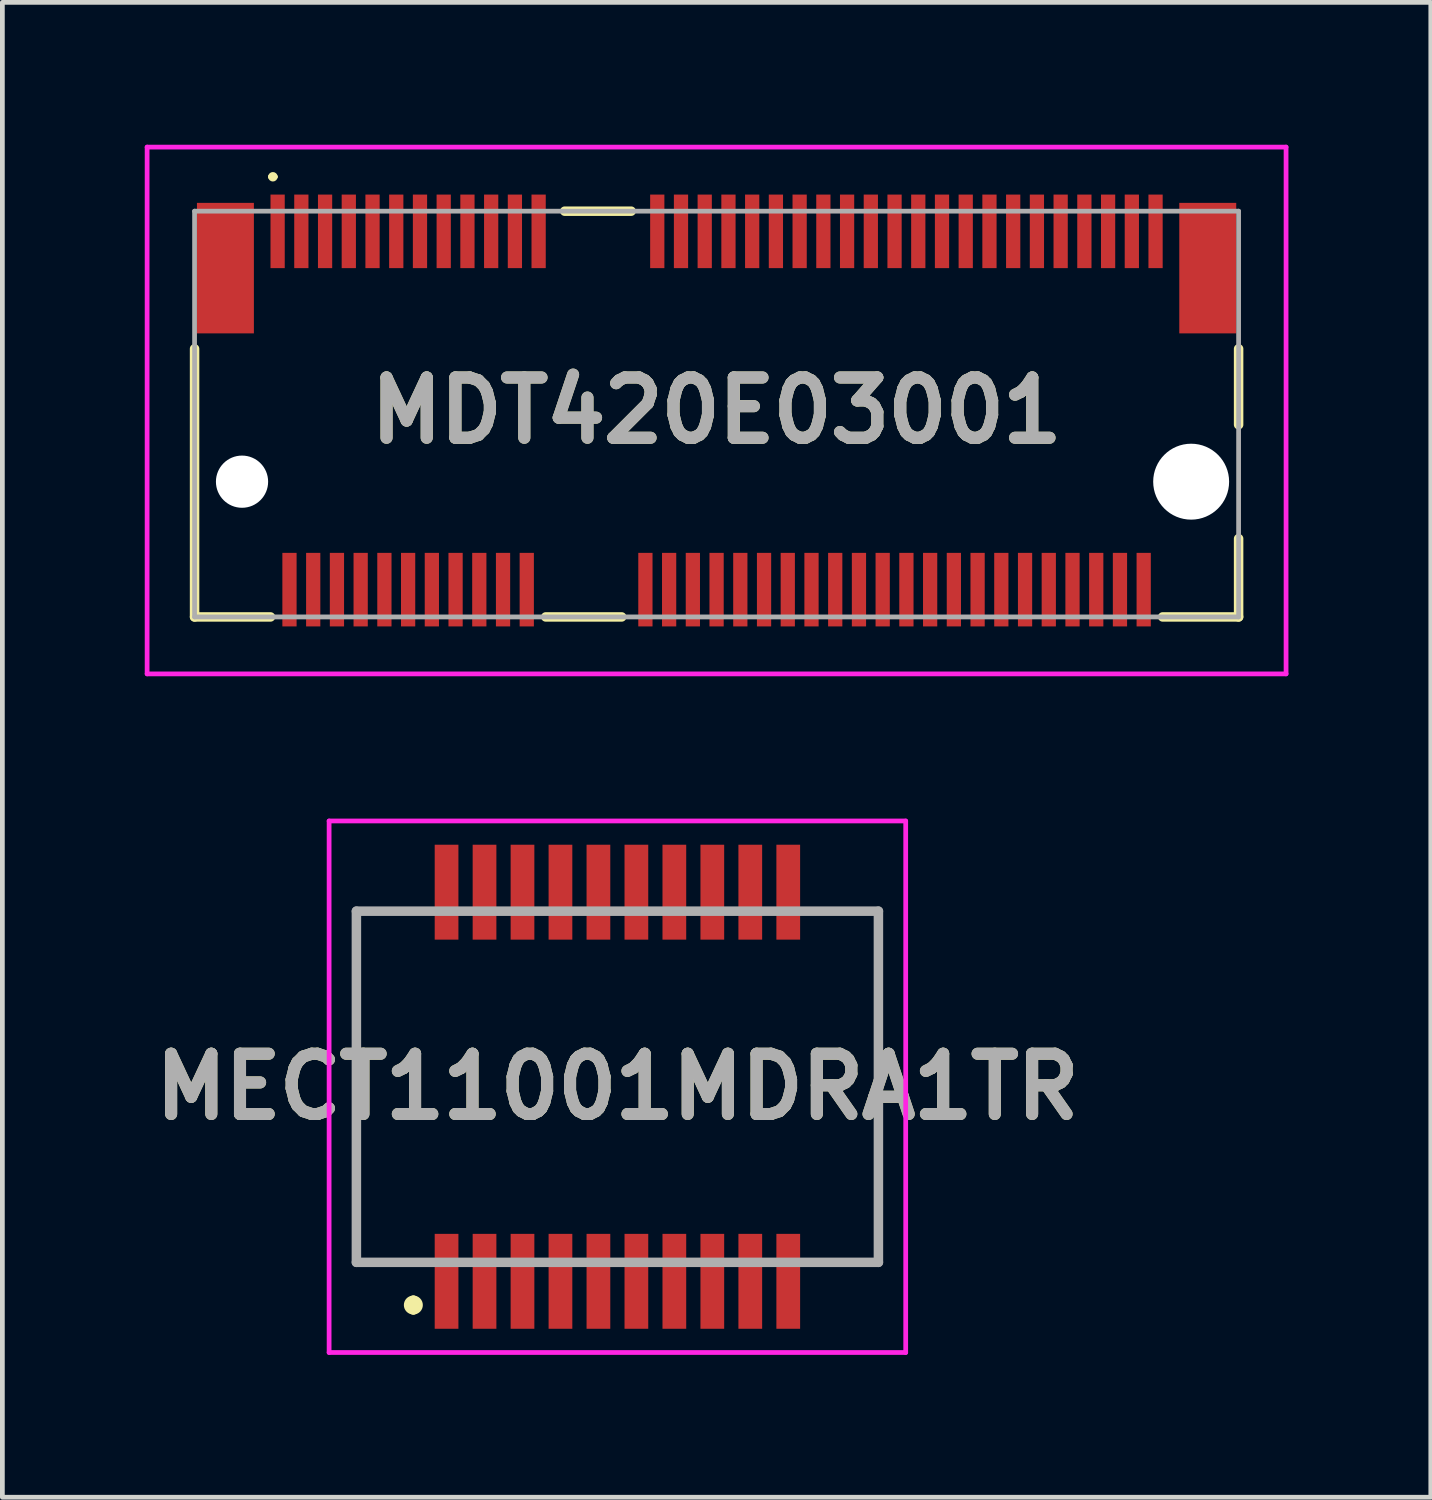
<source format=kicad_pcb>
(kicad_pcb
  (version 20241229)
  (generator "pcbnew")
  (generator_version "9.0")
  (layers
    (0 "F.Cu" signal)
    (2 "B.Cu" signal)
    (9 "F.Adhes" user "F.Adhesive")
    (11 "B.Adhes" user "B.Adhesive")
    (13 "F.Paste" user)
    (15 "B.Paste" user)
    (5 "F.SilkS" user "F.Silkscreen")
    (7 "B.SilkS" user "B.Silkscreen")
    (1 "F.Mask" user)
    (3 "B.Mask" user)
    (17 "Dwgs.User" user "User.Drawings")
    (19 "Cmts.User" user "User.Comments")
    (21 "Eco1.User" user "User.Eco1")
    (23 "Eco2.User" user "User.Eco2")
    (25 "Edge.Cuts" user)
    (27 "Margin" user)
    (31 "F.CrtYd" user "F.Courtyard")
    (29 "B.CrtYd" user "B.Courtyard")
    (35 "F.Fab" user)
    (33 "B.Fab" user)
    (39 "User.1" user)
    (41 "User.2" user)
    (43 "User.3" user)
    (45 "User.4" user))
  (footprint "MECT11001MDRA1TR"
    (layer "F.Cu")
    (at 9.96 19.85)
    (property "Reference" "MECT11001MDRA1TR" (at 0 0 0) (layer "F.SilkS") (effects (font (size 1.27 1.27) (thickness 0.254))))
    (attr through_hole)
    (fp_line (start -5.5 -3.7) (end -5.5 -1) (stroke (width 0.1) (type solid)) (layer "F.SilkS"))
    (fp_line (start -5.5 3.7) (end -5.5 1) (stroke (width 0.1) (type solid)) (layer "F.SilkS"))
    (fp_line (start -4.5 -3.7) (end -5.5 -3.7) (stroke (width 0.1) (type solid)) (layer "F.SilkS"))
    (fp_line (start -4.5 3.7) (end -5.5 3.7) (stroke (width 0.1) (type solid)) (layer "F.SilkS"))
    (fp_line (start -4.3 4.5) (end -4.3 4.5) (stroke (width 0.2) (type solid)) (layer "F.SilkS"))
    (fp_line (start -4.3 4.7) (end -4.3 4.7) (stroke (width 0.2) (type solid)) (layer "F.SilkS"))
    (fp_line (start 4.5 -3.7) (end 5.5 -3.7) (stroke (width 0.1) (type solid)) (layer "F.SilkS"))
    (fp_line (start 4.5 3.7) (end 5.5 3.7) (stroke (width 0.1) (type solid)) (layer "F.SilkS"))
    (fp_line (start 5.5 -3.7) (end 5.5 -1) (stroke (width 0.1) (type solid)) (layer "F.SilkS"))
    (fp_line (start 5.5 3.7) (end 5.5 1) (stroke (width 0.1) (type solid)) (layer "F.SilkS"))
    (fp_arc (start -4.3 4.5) (mid -4.2 4.6) (end -4.3 4.7) (stroke (width 0.2) (type solid)) (layer "F.SilkS"))
    (fp_arc (start -4.3 4.7) (mid -4.4 4.6) (end -4.3 4.5) (stroke (width 0.2) (type solid)) (layer "F.SilkS"))
    (fp_line (start -6.075 -5.6) (end 6.075 -5.6) (stroke (width 0.1) (type solid)) (layer "F.CrtYd"))
    (fp_line (start -6.075 5.6) (end -6.075 -5.6) (stroke (width 0.1) (type solid)) (layer "F.CrtYd"))
    (fp_line (start 6.075 -5.6) (end 6.075 5.6) (stroke (width 0.1) (type solid)) (layer "F.CrtYd"))
    (fp_line (start 6.075 5.6) (end -6.075 5.6) (stroke (width 0.1) (type solid)) (layer "F.CrtYd"))
    (fp_line (start -5.5 -3.7) (end 5.5 -3.7) (stroke (width 0.2) (type solid)) (layer "F.Fab"))
    (fp_line (start -5.5 3.7) (end -5.5 -3.7) (stroke (width 0.2) (type solid)) (layer "F.Fab"))
    (fp_line (start 5.5 -3.7) (end 5.5 3.7) (stroke (width 0.2) (type solid)) (layer "F.Fab"))
    (fp_line (start 5.5 3.7) (end -5.5 3.7) (stroke (width 0.2) (type solid)) (layer "F.Fab"))
    (fp_text user "${REFERENCE}" (at 0 0 0) (layer "F.Fab") (effects (font (size 1.27 1.27) (thickness 0.254))))
    (pad "" np_thru_hole circle (at -4.8 0) (size 0.001 0.001) (drill 1.55) (layers "*.Cu" "*.Mask"))
    (pad "" np_thru_hole circle (at 4.8 0) (size 0.001 0.001) (drill 1.55) (layers "*.Cu" "*.Mask"))
    (pad "1" smd rect (at -3.6 4.1) (size 0.5 2) (layers "F.Cu" "F.Mask" "F.Paste"))
    (pad "2" smd rect (at -2.8 4.1) (size 0.5 2) (layers "F.Cu" "F.Mask" "F.Paste"))
    (pad "3" smd rect (at -2 4.1) (size 0.5 2) (layers "F.Cu" "F.Mask" "F.Paste"))
    (pad "4" smd rect (at -1.2 4.1) (size 0.5 2) (layers "F.Cu" "F.Mask" "F.Paste"))
    (pad "5" smd rect (at -0.4 4.1) (size 0.5 2) (layers "F.Cu" "F.Mask" "F.Paste"))
    (pad "6" smd rect (at 0.4 4.1) (size 0.5 2) (layers "F.Cu" "F.Mask" "F.Paste"))
    (pad "7" smd rect (at 1.2 4.1) (size 0.5 2) (layers "F.Cu" "F.Mask" "F.Paste"))
    (pad "8" smd rect (at 2 4.1) (size 0.5 2) (layers "F.Cu" "F.Mask" "F.Paste"))
    (pad "9" smd rect (at 2.8 4.1) (size 0.5 2) (layers "F.Cu" "F.Mask" "F.Paste"))
    (pad "10" smd rect (at 3.6 4.1) (size 0.5 2) (layers "F.Cu" "F.Mask" "F.Paste"))
    (pad "11" smd rect (at 3.6 -4.1) (size 0.5 2) (layers "F.Cu" "F.Mask" "F.Paste"))
    (pad "12" smd rect (at 2.8 -4.1) (size 0.5 2) (layers "F.Cu" "F.Mask" "F.Paste"))
    (pad "13" smd rect (at 2 -4.1) (size 0.5 2) (layers "F.Cu" "F.Mask" "F.Paste"))
    (pad "14" smd rect (at 1.2 -4.1) (size 0.5 2) (layers "F.Cu" "F.Mask" "F.Paste"))
    (pad "15" smd rect (at 0.4 -4.1) (size 0.5 2) (layers "F.Cu" "F.Mask" "F.Paste"))
    (pad "16" smd rect (at -0.4 -4.1) (size 0.5 2) (layers "F.Cu" "F.Mask" "F.Paste"))
    (pad "17" smd rect (at -1.2 -4.1) (size 0.5 2) (layers "F.Cu" "F.Mask" "F.Paste"))
    (pad "18" smd rect (at -2 -4.1) (size 0.5 2) (layers "F.Cu" "F.Mask" "F.Paste"))
    (pad "19" smd rect (at -2.8 -4.1) (size 0.5 2) (layers "F.Cu" "F.Mask" "F.Paste"))
    (pad "20" smd rect (at -3.6 -4.1) (size 0.5 2) (layers "F.Cu" "F.Mask" "F.Paste")))
  (footprint "MDT420E03001"
    (layer "F.Cu")
    (at 2.8 1.825)
    (property "Reference" "MDT420E03001" (at 9.25 3.775 0) (layer "F.SilkS") (effects (font (size 1.27 1.27) (thickness 0.254))))
    (attr through_hole)
    (fp_line (start -1.75 8.125) (end -1.75 2.475) (stroke (width 0.2) (type solid)) (layer "F.SilkS"))
    (fp_line (start -0.15 -1.15) (end -0.15 -1.15) (stroke (width 0.1) (type solid)) (layer "F.SilkS"))
    (fp_line (start -0.15 8.125) (end -1.75 8.125) (stroke (width 0.2) (type solid)) (layer "F.SilkS"))
    (fp_line (start -0.05 -1.15) (end -0.05 -1.15) (stroke (width 0.1) (type solid)) (layer "F.SilkS"))
    (fp_line (start 7.25 8.125) (end 5.65 8.125) (stroke (width 0.2) (type solid)) (layer "F.SilkS"))
    (fp_line (start 7.45 -0.425) (end 6.05 -0.425) (stroke (width 0.2) (type solid)) (layer "F.SilkS"))
    (fp_line (start 18.65 8.125) (end 20.25 8.125) (stroke (width 0.2) (type solid)) (layer "F.SilkS"))
    (fp_line (start 20.25 2.475) (end 20.25 4.075) (stroke (width 0.2) (type solid)) (layer "F.SilkS"))
    (fp_line (start 20.25 8.125) (end 20.25 6.475) (stroke (width 0.2) (type solid)) (layer "F.SilkS"))
    (fp_arc (start -0.15 -1.15) (mid -0.1 -1.2) (end -0.05 -1.15) (stroke (width 0.1) (type solid)) (layer "F.SilkS"))
    (fp_arc (start -0.05 -1.15) (mid -0.1 -1.1) (end -0.15 -1.15) (stroke (width 0.1) (type solid)) (layer "F.SilkS"))
    (fp_line (start -2.75 -1.775) (end 21.25 -1.775) (stroke (width 0.1) (type solid)) (layer "F.CrtYd"))
    (fp_line (start -2.75 9.325) (end -2.75 -1.775) (stroke (width 0.1) (type solid)) (layer "F.CrtYd"))
    (fp_line (start 21.25 -1.775) (end 21.25 9.325) (stroke (width 0.1) (type solid)) (layer "F.CrtYd"))
    (fp_line (start 21.25 9.325) (end -2.75 9.325) (stroke (width 0.1) (type solid)) (layer "F.CrtYd"))
    (fp_line (start -1.75 -0.425) (end 20.25 -0.425) (stroke (width 0.1) (type solid)) (layer "F.Fab"))
    (fp_line (start -1.75 8.125) (end -1.75 -0.425) (stroke (width 0.1) (type solid)) (layer "F.Fab"))
    (fp_line (start 20.25 -0.425) (end 20.25 8.125) (stroke (width 0.1) (type solid)) (layer "F.Fab"))
    (fp_line (start 20.25 8.125) (end -1.75 8.125) (stroke (width 0.1) (type solid)) (layer "F.Fab"))
    (fp_text user "${REFERENCE}" (at 9.25 3.775 0) (layer "F.Fab") (effects (font (size 1.27 1.27) (thickness 0.254))))
    (pad "" np_thru_hole circle (at -0.75 5.275) (size 1.1 1.1) (drill 1.1) (layers "*.Cu" "*.Mask"))
    (pad "" np_thru_hole circle (at 19.25 5.275) (size 1.6 1.6) (drill 1.6) (layers "*.Cu" "*.Mask"))
    (pad "1" smd rect (at 0 0) (size 0.3 1.55) (layers "F.Cu" "F.Mask" "F.Paste"))
    (pad "2" smd rect (at 0.25 7.55) (size 0.3 1.55) (layers "F.Cu" "F.Mask" "F.Paste"))
    (pad "3" smd rect (at 0.5 0) (size 0.3 1.55) (layers "F.Cu" "F.Mask" "F.Paste"))
    (pad "4" smd rect (at 0.75 7.55) (size 0.3 1.55) (layers "F.Cu" "F.Mask" "F.Paste"))
    (pad "5" smd rect (at 1 0) (size 0.3 1.55) (layers "F.Cu" "F.Mask" "F.Paste"))
    (pad "6" smd rect (at 1.25 7.55) (size 0.3 1.55) (layers "F.Cu" "F.Mask" "F.Paste"))
    (pad "7" smd rect (at 1.5 0) (size 0.3 1.55) (layers "F.Cu" "F.Mask" "F.Paste"))
    (pad "8" smd rect (at 1.75 7.55) (size 0.3 1.55) (layers "F.Cu" "F.Mask" "F.Paste"))
    (pad "9" smd rect (at 2 0) (size 0.3 1.55) (layers "F.Cu" "F.Mask" "F.Paste"))
    (pad "10" smd rect (at 2.25 7.55) (size 0.3 1.55) (layers "F.Cu" "F.Mask" "F.Paste"))
    (pad "11" smd rect (at 2.5 0) (size 0.3 1.55) (layers "F.Cu" "F.Mask" "F.Paste"))
    (pad "12" smd rect (at 2.75 7.55) (size 0.3 1.55) (layers "F.Cu" "F.Mask" "F.Paste"))
    (pad "13" smd rect (at 3 0) (size 0.3 1.55) (layers "F.Cu" "F.Mask" "F.Paste"))
    (pad "14" smd rect (at 3.25 7.55) (size 0.3 1.55) (layers "F.Cu" "F.Mask" "F.Paste"))
    (pad "15" smd rect (at 3.5 0) (size 0.3 1.55) (layers "F.Cu" "F.Mask" "F.Paste"))
    (pad "16" smd rect (at 3.75 7.55) (size 0.3 1.55) (layers "F.Cu" "F.Mask" "F.Paste"))
    (pad "17" smd rect (at 4 0) (size 0.3 1.55) (layers "F.Cu" "F.Mask" "F.Paste"))
    (pad "18" smd rect (at 4.25 7.55) (size 0.3 1.55) (layers "F.Cu" "F.Mask" "F.Paste"))
    (pad "19" smd rect (at 4.5 0) (size 0.3 1.55) (layers "F.Cu" "F.Mask" "F.Paste"))
    (pad "20" smd rect (at 4.75 7.55) (size 0.3 1.55) (layers "F.Cu" "F.Mask" "F.Paste"))
    (pad "21" smd rect (at 5 0) (size 0.3 1.55) (layers "F.Cu" "F.Mask" "F.Paste"))
    (pad "22" smd rect (at 5.25 7.55) (size 0.3 1.55) (layers "F.Cu" "F.Mask" "F.Paste"))
    (pad "23" smd rect (at 5.5 0) (size 0.3 1.55) (layers "F.Cu" "F.Mask" "F.Paste"))
    (pad "32" smd rect (at 7.75 7.55) (size 0.3 1.55) (layers "F.Cu" "F.Mask" "F.Paste"))
    (pad "33" smd rect (at 8 0) (size 0.3 1.55) (layers "F.Cu" "F.Mask" "F.Paste"))
    (pad "34" smd rect (at 8.25 7.55) (size 0.3 1.55) (layers "F.Cu" "F.Mask" "F.Paste"))
    (pad "35" smd rect (at 8.5 0) (size 0.3 1.55) (layers "F.Cu" "F.Mask" "F.Paste"))
    (pad "36" smd rect (at 8.75 7.55) (size 0.3 1.55) (layers "F.Cu" "F.Mask" "F.Paste"))
    (pad "37" smd rect (at 9 0) (size 0.3 1.55) (layers "F.Cu" "F.Mask" "F.Paste"))
    (pad "38" smd rect (at 9.25 7.55) (size 0.3 1.55) (layers "F.Cu" "F.Mask" "F.Paste"))
    (pad "39" smd rect (at 9.5 0) (size 0.3 1.55) (layers "F.Cu" "F.Mask" "F.Paste"))
    (pad "40" smd rect (at 9.75 7.55) (size 0.3 1.55) (layers "F.Cu" "F.Mask" "F.Paste"))
    (pad "41" smd rect (at 10 0) (size 0.3 1.55) (layers "F.Cu" "F.Mask" "F.Paste"))
    (pad "42" smd rect (at 10.25 7.55) (size 0.3 1.55) (layers "F.Cu" "F.Mask" "F.Paste"))
    (pad "43" smd rect (at 10.5 0) (size 0.3 1.55) (layers "F.Cu" "F.Mask" "F.Paste"))
    (pad "44" smd rect (at 10.75 7.55) (size 0.3 1.55) (layers "F.Cu" "F.Mask" "F.Paste"))
    (pad "45" smd rect (at 11 0) (size 0.3 1.55) (layers "F.Cu" "F.Mask" "F.Paste"))
    (pad "46" smd rect (at 11.25 7.55) (size 0.3 1.55) (layers "F.Cu" "F.Mask" "F.Paste"))
    (pad "47" smd rect (at 11.5 0) (size 0.3 1.55) (layers "F.Cu" "F.Mask" "F.Paste"))
    (pad "48" smd rect (at 11.75 7.55) (size 0.3 1.55) (layers "F.Cu" "F.Mask" "F.Paste"))
    (pad "49" smd rect (at 12 0) (size 0.3 1.55) (layers "F.Cu" "F.Mask" "F.Paste"))
    (pad "50" smd rect (at 12.25 7.55) (size 0.3 1.55) (layers "F.Cu" "F.Mask" "F.Paste"))
    (pad "51" smd rect (at 12.5 0) (size 0.3 1.55) (layers "F.Cu" "F.Mask" "F.Paste"))
    (pad "52" smd rect (at 12.75 7.55) (size 0.3 1.55) (layers "F.Cu" "F.Mask" "F.Paste"))
    (pad "53" smd rect (at 13 0) (size 0.3 1.55) (layers "F.Cu" "F.Mask" "F.Paste"))
    (pad "54" smd rect (at 13.25 7.55) (size 0.3 1.55) (layers "F.Cu" "F.Mask" "F.Paste"))
    (pad "55" smd rect (at 13.5 0) (size 0.3 1.55) (layers "F.Cu" "F.Mask" "F.Paste"))
    (pad "56" smd rect (at 13.75 7.55) (size 0.3 1.55) (layers "F.Cu" "F.Mask" "F.Paste"))
    (pad "57" smd rect (at 14 0) (size 0.3 1.55) (layers "F.Cu" "F.Mask" "F.Paste"))
    (pad "58" smd rect (at 14.25 7.55) (size 0.3 1.55) (layers "F.Cu" "F.Mask" "F.Paste"))
    (pad "59" smd rect (at 14.5 0) (size 0.3 1.55) (layers "F.Cu" "F.Mask" "F.Paste"))
    (pad "60" smd rect (at 14.75 7.55) (size 0.3 1.55) (layers "F.Cu" "F.Mask" "F.Paste"))
    (pad "61" smd rect (at 15 0) (size 0.3 1.55) (layers "F.Cu" "F.Mask" "F.Paste"))
    (pad "62" smd rect (at 15.25 7.55) (size 0.3 1.55) (layers "F.Cu" "F.Mask" "F.Paste"))
    (pad "63" smd rect (at 15.5 0) (size 0.3 1.55) (layers "F.Cu" "F.Mask" "F.Paste"))
    (pad "64" smd rect (at 15.75 7.55) (size 0.3 1.55) (layers "F.Cu" "F.Mask" "F.Paste"))
    (pad "65" smd rect (at 16 0) (size 0.3 1.55) (layers "F.Cu" "F.Mask" "F.Paste"))
    (pad "66" smd rect (at 16.25 7.55) (size 0.3 1.55) (layers "F.Cu" "F.Mask" "F.Paste"))
    (pad "67" smd rect (at 16.5 0) (size 0.3 1.55) (layers "F.Cu" "F.Mask" "F.Paste"))
    (pad "68" smd rect (at 16.75 7.55) (size 0.3 1.55) (layers "F.Cu" "F.Mask" "F.Paste"))
    (pad "69" smd rect (at 17 0) (size 0.3 1.55) (layers "F.Cu" "F.Mask" "F.Paste"))
    (pad "70" smd rect (at 17.25 7.55) (size 0.3 1.55) (layers "F.Cu" "F.Mask" "F.Paste"))
    (pad "71" smd rect (at 17.5 0) (size 0.3 1.55) (layers "F.Cu" "F.Mask" "F.Paste"))
    (pad "72" smd rect (at 17.75 7.55) (size 0.3 1.55) (layers "F.Cu" "F.Mask" "F.Paste"))
    (pad "73" smd rect (at 18 0) (size 0.3 1.55) (layers "F.Cu" "F.Mask" "F.Paste"))
    (pad "74" smd rect (at 18.25 7.55) (size 0.3 1.55) (layers "F.Cu" "F.Mask" "F.Paste"))
    (pad "75" smd rect (at 18.5 0) (size 0.3 1.55) (layers "F.Cu" "F.Mask" "F.Paste"))
    (pad "MP1" smd rect (at -1.1 0.775) (size 1.2 2.75) (layers "F.Cu" "F.Mask" "F.Paste"))
    (pad "MP2" smd rect (at 19.6 0.775) (size 1.2 2.75) (layers "F.Cu" "F.Mask" "F.Paste")))
  (gr_rect
    (start -3 -3)
    (end 27.1 28.5)
    (stroke (width 0.1) (type default))
    (fill no)
    (layer "Edge.Cuts")))
</source>
